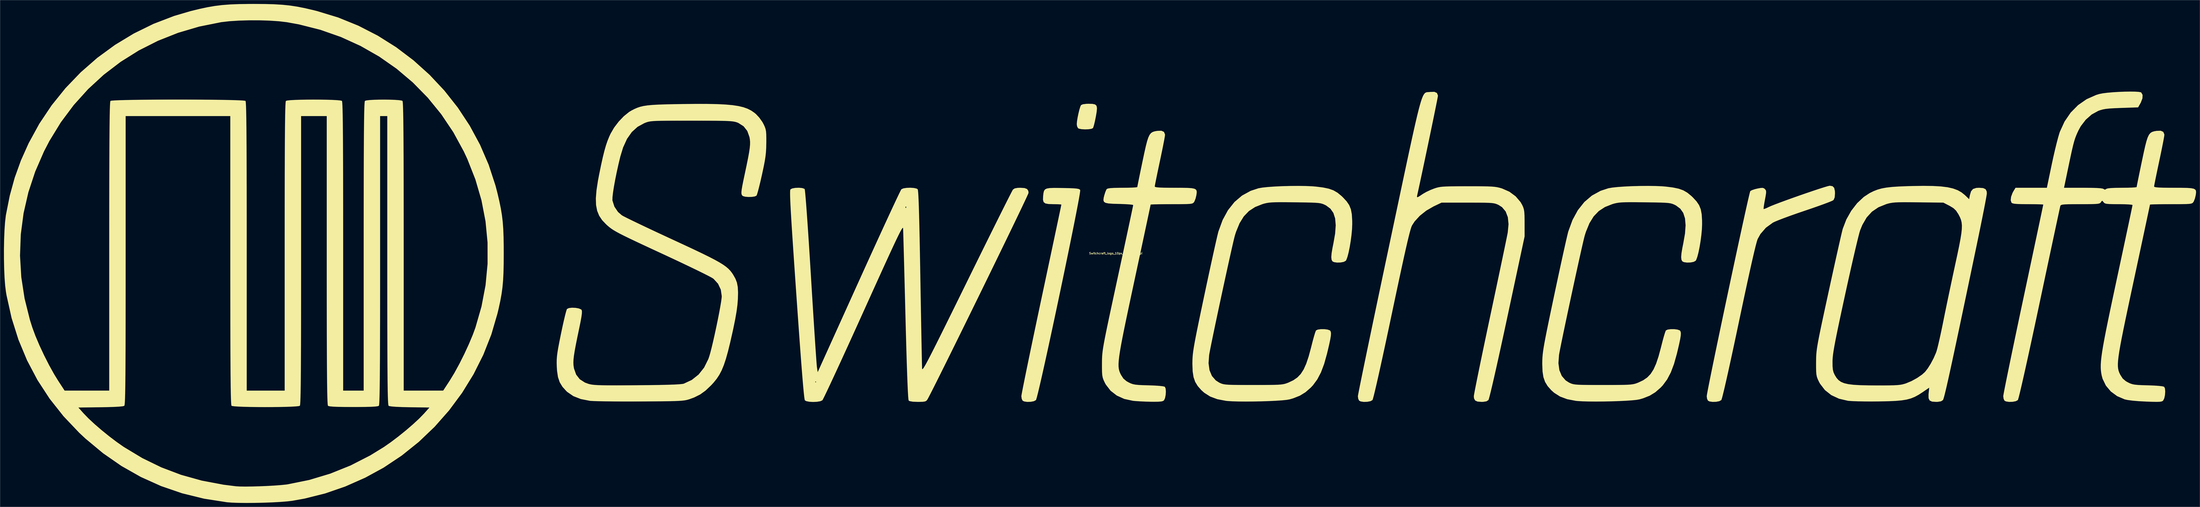
<source format=kicad_pcb>
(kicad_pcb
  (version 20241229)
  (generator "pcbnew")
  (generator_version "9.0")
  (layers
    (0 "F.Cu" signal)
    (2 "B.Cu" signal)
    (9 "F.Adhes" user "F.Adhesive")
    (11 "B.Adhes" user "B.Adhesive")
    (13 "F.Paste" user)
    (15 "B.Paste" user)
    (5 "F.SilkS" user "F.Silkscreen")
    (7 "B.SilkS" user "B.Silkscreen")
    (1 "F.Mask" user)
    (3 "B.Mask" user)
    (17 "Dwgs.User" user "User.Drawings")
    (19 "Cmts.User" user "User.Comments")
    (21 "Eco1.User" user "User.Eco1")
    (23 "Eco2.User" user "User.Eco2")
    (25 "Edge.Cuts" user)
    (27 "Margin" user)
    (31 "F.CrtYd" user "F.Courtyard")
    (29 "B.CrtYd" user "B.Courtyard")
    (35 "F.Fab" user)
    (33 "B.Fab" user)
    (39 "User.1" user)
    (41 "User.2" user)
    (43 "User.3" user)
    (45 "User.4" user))
  (footprint "Switchcraft_logo_10px_stroke_30dpi"
    (layer "F.Cu")
    (at 860.126 193.246)
    (property "Reference" "Switchcraft_logo_10px_stroke_30dpi" (at 0 0 0) (layer "F.SilkS") (effects (font (size 1.524 1.524) (thickness 0.3))))
    (attr through_hole)
    (fp_poly (pts (xy -18.01 -115.8) (xy -16.007 -115.372) (xy -14.89 -114.361) (xy -14.524 -112.521) (xy -14.775 -109.606) (xy -15.442 -105.72) (xy -16.132 -102.325) (xy -16.819 -99.475) (xy -17.404 -97.563) (xy -17.661 -97.036) (xy -18.903 -96.466) (xy -21.164 -96.138) (xy -23.891 -96.054) (xy -26.533 -96.217) (xy -28.539 -96.628) (xy -29.21 -96.996) (xy -29.929 -98.466) (xy -30.163 -100.119) (xy -29.981 -102.309) (xy -29.508 -105.24) (xy -28.848 -108.438) (xy -28.109 -111.43) (xy -27.395 -113.741) (xy -26.872 -114.836) (xy -25.452 -115.503) (xy -22.694 -115.848) (xy -21.034 -115.888) (xy -18.01 -115.8)) (stroke (width 0.01) (type solid)) (fill yes) (layer "F.SilkS"))
    (fp_poly (pts (xy -43.362 -50.659) (xy -41.049 -50.621) (xy -36.189 -50.517) (xy -32.681 -50.38) (xy -30.288 -50.182) (xy -28.775 -49.897) (xy -27.905 -49.498) (xy -27.508 -49.067) (xy -27.543 -48.107) (xy -27.893 -45.721) (xy -28.53 -42.036) (xy -29.428 -37.177) (xy -30.561 -31.269) (xy -31.902 -24.439) (xy -33.424 -16.811) (xy -35.103 -8.511) (xy -36.91 0.335) (xy -38.819 9.601) (xy -40.805 19.163) (xy -42.841 28.894) (xy -44.899 38.669) (xy -46.955 48.363) (xy -48.981 57.849) (xy -50.952 67.003) (xy -52.84 75.699) (xy -54.619 83.811) (xy -56.263 91.214) (xy -57.745 97.782) (xy -59.04 103.389) (xy -60.12 107.911) (xy -60.959 111.221) (xy -61.532 113.195) (xy -61.751 113.705) (xy -63.301 114.552) (xy -65.757 115.028) (xy -68.485 115.106) (xy -70.851 114.759) (xy -72.073 114.141) (xy -72.752 112.711) (xy -73.025 110.698) (xy -72.863 109.574) (xy -72.391 107.009) (xy -71.633 103.117) (xy -70.612 98.01) (xy -69.35 91.799) (xy -67.872 84.596) (xy -66.199 76.515) (xy -64.355 67.667) (xy -62.364 58.164) (xy -60.247 48.119) (xy -58.029 37.643) (xy -57.547 35.373) (xy -55.317 24.876) (xy -53.183 14.826) (xy -51.169 5.33) (xy -49.296 -3.503) (xy -47.588 -11.566) (xy -46.067 -18.751) (xy -44.757 -24.949) (xy -43.681 -30.053) (xy -42.86 -33.955) (xy -42.319 -36.547) (xy -42.079 -37.721) (xy -42.069 -37.781) (xy -42.799 -37.93) (xy -44.739 -38.042) (xy -47.508 -38.097) (xy -48.322 -38.1) (xy -52.062 -38.212) (xy -54.471 -38.681) (xy -55.798 -39.707) (xy -56.29 -41.491) (xy -56.197 -44.233) (xy -56.179 -44.428) (xy -55.926 -46.7) (xy -55.519 -48.359) (xy -54.736 -49.496) (xy -53.352 -50.204) (xy -51.144 -50.572) (xy -47.888 -50.694) (xy -43.362 -50.659)) (stroke (width 0.01) (type solid)) (fill yes) (layer "F.SilkS"))
    (fp_poly (pts (xy 554.547 -52.007) (xy 555.796 -50.706) (xy 556.352 -48.246) (xy 556.419 -46.399) (xy 556.183 -43.369) (xy 555.417 -41.528) (xy 555.03 -41.121) (xy 553.931 -40.561) (xy 551.534 -39.584) (xy 548.049 -38.268) (xy 543.689 -36.691) (xy 538.663 -34.93) (xy 533.183 -33.064) (xy 533.003 -33.003) (xy 527.339 -31.068) (xy 521.968 -29.169) (xy 517.136 -27.397) (xy 513.09 -25.846) (xy 510.075 -24.605) (xy 508.397 -23.804) (xy 502.969 -19.86) (xy 498.759 -14.99) (xy 496.607 -11.113) (xy 496.003 -9.319) (xy 495.103 -5.978) (xy 493.908 -1.101) (xy 492.421 5.299) (xy 490.645 13.211) (xy 488.583 22.623) (xy 486.237 33.524) (xy 483.61 45.902) (xy 482.161 52.784) (xy 479.865 63.671) (xy 477.723 73.713) (xy 475.753 82.829) (xy 473.976 90.934) (xy 472.41 97.944) (xy 471.073 103.776) (xy 469.984 108.346) (xy 469.163 111.57) (xy 468.628 113.365) (xy 468.47 113.705) (xy 466.922 114.552) (xy 464.467 115.028) (xy 461.74 115.106) (xy 459.374 114.759) (xy 458.152 114.141) (xy 457.463 112.703) (xy 457.194 110.768) (xy 457.354 109.57) (xy 457.82 106.97) (xy 458.564 103.095) (xy 459.559 98.072) (xy 460.779 92.027) (xy 462.197 85.088) (xy 463.785 77.382) (xy 465.517 69.035) (xy 467.366 60.174) (xy 469.305 50.926) (xy 471.307 41.418) (xy 473.346 31.777) (xy 475.394 22.13) (xy 477.424 12.603) (xy 479.41 3.324) (xy 481.324 -5.58) (xy 483.141 -13.984) (xy 484.832 -21.759) (xy 486.371 -28.779) (xy 487.731 -34.918) (xy 488.886 -40.048) (xy 489.808 -44.042) (xy 490.47 -46.773) (xy 490.845 -48.115) (xy 490.898 -48.228) (xy 492.133 -48.93) (xy 494.374 -49.695) (xy 496.334 -50.179) (xy 498.983 -50.668) (xy 500.588 -50.715) (xy 501.64 -50.287) (xy 502.211 -49.786) (xy 502.835 -49.035) (xy 503.131 -48.116) (xy 503.101 -46.665) (xy 502.745 -44.317) (xy 502.223 -41.533) (xy 501.662 -38.428) (xy 501.29 -35.972) (xy 501.16 -34.537) (xy 501.194 -34.323) (xy 502.008 -34.476) (xy 503.747 -35.202) (xy 504.947 -35.789) (xy 506.849 -36.641) (xy 509.898 -37.86) (xy 513.86 -39.366) (xy 518.503 -41.077) (xy 523.594 -42.91) (xy 528.899 -44.786) (xy 534.187 -46.622) (xy 539.223 -48.338) (xy 543.775 -49.851) (xy 547.609 -51.08) (xy 550.494 -51.944) (xy 552.196 -52.361) (xy 552.446 -52.388) (xy 554.547 -52.007)) (stroke (width 0.01) (type solid)) (fill yes) (layer "F.SilkS"))
    (fp_poly (pts (xy 37.276 -94.116) (xy 38.074 -92.239) (xy 38.1 -91.694) (xy 37.938 -90.438) (xy 37.485 -87.871) (xy 36.786 -84.234) (xy 35.889 -79.766) (xy 34.841 -74.707) (xy 34.131 -71.358) (xy 33.017 -66.107) (xy 32.024 -61.349) (xy 31.198 -57.31) (xy 30.585 -54.219) (xy 30.231 -52.304) (xy 30.163 -51.798) (xy 30.53 -51.436) (xy 31.741 -51.167) (xy 33.958 -50.979) (xy 37.341 -50.863) (xy 42.054 -50.808) (xy 45.543 -50.8) (xy 51.279 -50.787) (xy 55.611 -50.705) (xy 58.723 -50.492) (xy 60.798 -50.084) (xy 62.02 -49.42) (xy 62.573 -48.436) (xy 62.64 -47.069) (xy 62.404 -45.256) (xy 62.37 -45.041) (xy 61.749 -42.456) (xy 60.884 -40.265) (xy 60.663 -39.886) (xy 60.223 -39.285) (xy 59.651 -38.837) (xy 58.732 -38.519) (xy 57.246 -38.309) (xy 54.978 -38.184) (xy 51.709 -38.123) (xy 47.223 -38.102) (xy 43.241 -38.1) (xy 38.356 -38.085) (xy 34.058 -38.042) (xy 30.583 -37.976) (xy 28.165 -37.893) (xy 27.04 -37.796) (xy 26.988 -37.77) (xy 26.825 -36.959) (xy 26.356 -34.718) (xy 25.605 -31.168) (xy 24.599 -26.429) (xy 23.364 -20.623) (xy 21.924 -13.871) (xy 20.307 -6.295) (xy 18.538 1.984) (xy 16.642 10.845) (xy 14.646 20.166) (xy 14.602 20.373) (xy 12.094 32.095) (xy 9.908 42.373) (xy 8.028 51.315) (xy 6.439 59.029) (xy 5.126 65.622) (xy 4.072 71.202) (xy 3.264 75.876) (xy 2.684 79.751) (xy 2.319 82.937) (xy 2.153 85.539) (xy 2.169 87.666) (xy 2.353 89.425) (xy 2.69 90.924) (xy 3.164 92.271) (xy 3.759 93.572) (xy 4.053 94.153) (xy 5.903 97.02) (xy 8.296 99.055) (xy 9.929 99.981) (xy 11.616 100.786) (xy 13.26 101.356) (xy 15.195 101.741) (xy 17.756 101.992) (xy 21.279 102.157) (xy 25.376 102.27) (xy 30.087 102.441) (xy 33.902 102.7) (xy 36.595 103.026) (xy 37.943 103.398) (xy 37.986 103.429) (xy 38.577 104.756) (xy 38.775 107.036) (xy 38.613 109.694) (xy 38.129 112.154) (xy 37.357 113.842) (xy 37.346 113.855) (xy 36.576 114.416) (xy 35.196 114.774) (xy 32.923 114.959) (xy 29.474 115.005) (xy 27.486 114.989) (xy 23.2 114.885) (xy 18.848 114.689) (xy 15.064 114.433) (xy 13.316 114.263) (xy 6.617 112.816) (xy 0.8 110.182) (xy -4.008 106.443) (xy -7.684 101.678) (xy -8.501 100.157) (xy -9.416 98.198) (xy -10.034 96.47) (xy -10.413 94.595) (xy -10.607 92.193) (xy -10.67 88.887) (xy -10.665 85.328) (xy -10.65 83.337) (xy -10.612 81.496) (xy -10.526 79.68) (xy -10.37 77.762) (xy -10.122 75.618) (xy -9.757 73.122) (xy -9.255 70.149) (xy -8.59 66.574) (xy -7.741 62.272) (xy -6.685 57.117) (xy -5.399 50.984) (xy -3.86 43.748) (xy -2.044 35.283) (xy 0.07 25.464) (xy 1.44 19.112) (xy 3.417 9.933) (xy 5.294 1.206) (xy 7.043 -6.944) (xy 8.638 -14.394) (xy 10.052 -21.018) (xy 11.26 -26.694) (xy 12.234 -31.296) (xy 12.948 -34.7) (xy 13.375 -36.783) (xy 13.494 -37.421) (xy 12.748 -37.667) (xy 10.702 -37.902) (xy 7.645 -38.103) (xy 3.863 -38.248) (xy 2.665 -38.276) (xy -2.18 -38.41) (xy -5.629 -38.656) (xy -7.878 -39.129) (xy -9.118 -39.939) (xy -9.543 -41.199) (xy -9.345 -43.022) (xy -8.863 -44.981) (xy -8.1 -47.415) (xy -7.317 -49.274) (xy -7.005 -49.777) (xy -6.131 -50.218) (xy -4.248 -50.525) (xy -1.184 -50.713) (xy 3.23 -50.794) (xy 5.257 -50.8) (xy 9.307 -50.837) (xy 12.725 -50.937) (xy 15.23 -51.088) (xy 16.541 -51.275) (xy 16.669 -51.359) (xy 16.825 -52.258) (xy 17.264 -54.496) (xy 17.943 -57.856) (xy 18.816 -62.122) (xy 19.842 -67.079) (xy 20.742 -71.401) (xy 22.118 -77.906) (xy 23.266 -83.03) (xy 24.273 -86.947) (xy 25.223 -89.831) (xy 26.2 -91.858) (xy 27.29 -93.202) (xy 28.577 -94.038) (xy 30.146 -94.541) (xy 32.082 -94.885) (xy 32.139 -94.893) (xy 35.318 -94.99) (xy 37.276 -94.116)) (stroke (width 0.01) (type solid)) (fill yes) (layer "F.SilkS"))
    (fp_poly (pts (xy 248.462 -124.25) (xy 249.226 -122.363) (xy 249.238 -122.02) (xy 249.078 -121.016) (xy 248.626 -118.636) (xy 247.916 -115.057) (xy 246.986 -110.456) (xy 245.873 -105.009) (xy 244.613 -98.893) (xy 243.244 -92.285) (xy 241.801 -85.361) (xy 240.322 -78.3) (xy 238.844 -71.276) (xy 237.402 -64.468) (xy 236.035 -58.052) (xy 234.779 -52.204) (xy 233.67 -47.102) (xy 233.394 -45.845) (xy 233.064 -44.279) (xy 233.098 -43.514) (xy 233.74 -43.567) (xy 235.233 -44.453) (xy 237.735 -46.13) (xy 240.23 -47.557) (xy 243.456 -49.074) (xy 246.07 -50.112) (xy 247.704 -50.668) (xy 249.262 -51.1) (xy 250.968 -51.423) (xy 253.048 -51.653) (xy 255.727 -51.807) (xy 259.23 -51.9) (xy 263.783 -51.948) (xy 269.611 -51.968) (xy 272.256 -51.971) (xy 278.673 -51.969) (xy 283.733 -51.94) (xy 287.668 -51.867) (xy 290.709 -51.737) (xy 293.088 -51.534) (xy 295.036 -51.242) (xy 296.784 -50.846) (xy 298.563 -50.332) (xy 298.954 -50.21) (xy 304.552 -47.729) (xy 309.386 -44.151) (xy 313.152 -39.727) (xy 314.423 -37.513) (xy 315.206 -35.773) (xy 315.736 -34.056) (xy 316.061 -31.998) (xy 316.229 -29.234) (xy 316.289 -25.399) (xy 316.293 -23.416) (xy 316.296 -13.097) (xy 302.893 49.609) (xy 300.517 60.669) (xy 298.293 70.922) (xy 296.24 80.283) (xy 294.376 88.668) (xy 292.721 95.991) (xy 291.294 102.169) (xy 290.115 107.116) (xy 289.203 110.747) (xy 288.577 112.979) (xy 288.29 113.705) (xy 286.763 114.668) (xy 284.155 115.069) (xy 283.008 115.094) (xy 279.876 114.855) (xy 278.014 114.009) (xy 277.159 112.365) (xy 277.019 110.724) (xy 277.181 109.567) (xy 277.651 106.983) (xy 278.403 103.098) (xy 279.411 98.036) (xy 280.65 91.924) (xy 282.094 84.886) (xy 283.717 77.048) (xy 285.495 68.535) (xy 287.401 59.473) (xy 289.41 49.986) (xy 289.668 48.772) (xy 291.712 39.147) (xy 293.678 29.863) (xy 295.538 21.054) (xy 297.264 12.852) (xy 298.829 5.391) (xy 300.205 -1.194) (xy 301.362 -6.77) (xy 302.274 -11.204) (xy 302.913 -14.362) (xy 303.249 -16.109) (xy 303.261 -16.173) (xy 303.87 -22.589) (xy 303.325 -28.026) (xy 301.642 -32.439) (xy 298.834 -35.783) (xy 296.294 -37.421) (xy 295.076 -37.994) (xy 293.892 -38.435) (xy 292.524 -38.764) (xy 290.755 -38.995) (xy 288.368 -39.146) (xy 285.146 -39.235) (xy 280.871 -39.277) (xy 275.327 -39.29) (xy 272.256 -39.291) (xy 252.016 -39.291) (xy 245.852 -36.347) (xy 240.24 -33.105) (xy 235.245 -29.129) (xy 231.227 -24.737) (xy 229.217 -21.638) (xy 228.764 -20.586) (xy 228.202 -18.886) (xy 227.514 -16.452) (xy 226.679 -13.199) (xy 225.677 -9.041) (xy 224.49 -3.893) (xy 223.096 2.332) (xy 221.478 9.718) (xy 219.615 18.353) (xy 217.487 28.32) (xy 215.076 39.707) (xy 213.49 47.228) (xy 211.079 58.631) (xy 208.825 69.189) (xy 206.746 78.823) (xy 204.86 87.454) (xy 203.184 95.002) (xy 201.736 101.387) (xy 200.534 106.53) (xy 199.596 110.352) (xy 198.94 112.774) (xy 198.594 113.705) (xy 197.047 114.552) (xy 194.592 115.028) (xy 191.865 115.106) (xy 189.499 114.759) (xy 188.278 114.141) (xy 187.587 112.703) (xy 187.318 110.768) (xy 187.479 109.723) (xy 187.953 107.213) (xy 188.72 103.326) (xy 189.763 98.15) (xy 191.063 91.773) (xy 192.603 84.283) (xy 194.364 75.768) (xy 196.327 66.316) (xy 198.475 56.015) (xy 200.789 44.952) (xy 203.251 33.216) (xy 205.843 20.894) (xy 208.547 8.075) (xy 211.344 -5.153) (xy 211.597 -6.35) (xy 214.947 -22.183) (xy 217.982 -36.537) (xy 220.72 -49.484) (xy 223.183 -61.098) (xy 225.387 -71.451) (xy 227.354 -80.616) (xy 229.103 -88.664) (xy 230.653 -95.67) (xy 232.023 -101.706) (xy 233.232 -106.845) (xy 234.301 -111.158) (xy 235.249 -114.719) (xy 236.095 -117.601) (xy 236.858 -119.876) (xy 237.557 -121.618) (xy 238.213 -122.898) (xy 238.845 -123.789) (xy 239.472 -124.364) (xy 240.113 -124.696) (xy 240.787 -124.858) (xy 241.515 -124.921) (xy 242.316 -124.96) (xy 243.209 -125.046) (xy 243.277 -125.056) (xy 246.486 -125.144) (xy 248.462 -124.25)) (stroke (width 0.01) (type solid)) (fill yes) (layer "F.SilkS"))
    (fp_poly (pts (xy 147.008 -52.169) (xy 152.031 -51.948) (xy 154.788 -51.724) (xy 160.425 -51.011) (xy 164.849 -50.083) (xy 168.431 -48.791) (xy 171.544 -46.983) (xy 174.559 -44.512) (xy 175.867 -43.259) (xy 178.651 -40.236) (xy 180.621 -37.316) (xy 181.903 -34.127) (xy 182.626 -30.295) (xy 182.918 -25.449) (xy 182.943 -22.622) (xy 182.786 -18.664) (xy 182.369 -14.162) (xy 181.748 -9.442) (xy 180.981 -4.831) (xy 180.126 -0.655) (xy 179.239 2.76) (xy 178.379 5.086) (xy 177.963 5.755) (xy 176.412 6.602) (xy 173.955 7.078) (xy 171.227 7.156) (xy 168.861 6.809) (xy 167.64 6.191) (xy 166.975 4.981) (xy 166.751 2.984) (xy 166.978 -0.001) (xy 167.668 -4.17) (xy 168.37 -7.613) (xy 169.715 -15.298) (xy 170.174 -21.747) (xy 169.728 -27.054) (xy 168.358 -31.314) (xy 166.044 -34.621) (xy 162.768 -37.068) (xy 162.347 -37.289) (xy 161.077 -37.909) (xy 159.865 -38.389) (xy 158.491 -38.749) (xy 156.731 -39.012) (xy 154.364 -39.198) (xy 151.169 -39.328) (xy 146.924 -39.423) (xy 141.406 -39.505) (xy 138.646 -39.54) (xy 132.408 -39.609) (xy 127.519 -39.63) (xy 123.737 -39.589) (xy 120.823 -39.475) (xy 118.539 -39.274) (xy 116.644 -38.973) (xy 114.898 -38.559) (xy 113.576 -38.176) (xy 107.809 -35.892) (xy 103.016 -32.764) (xy 99.056 -28.63) (xy 95.788 -23.33) (xy 93.071 -16.702) (xy 92.173 -13.871) (xy 91.688 -12.013) (xy 90.919 -8.784) (xy 89.906 -4.369) (xy 88.688 1.05) (xy 87.304 7.289) (xy 85.795 14.164) (xy 84.199 21.492) (xy 82.556 29.089) (xy 80.905 36.772) (xy 79.286 44.357) (xy 77.739 51.661) (xy 76.303 58.499) (xy 75.017 64.689) (xy 73.921 70.047) (xy 73.055 74.388) (xy 72.457 77.531) (xy 72.23 78.852) (xy 71.788 85.126) (xy 72.52 90.544) (xy 74.393 95.015) (xy 77.373 98.449) (xy 79.985 100.131) (xy 81.125 100.674) (xy 82.235 101.1) (xy 83.517 101.423) (xy 85.173 101.658) (xy 87.403 101.818) (xy 90.409 101.917) (xy 94.391 101.971) (xy 99.551 101.993) (xy 106.09 101.997) (xy 106.362 101.997) (xy 112.97 101.992) (xy 118.199 101.969) (xy 122.258 101.913) (xy 125.356 101.81) (xy 127.702 101.645) (xy 129.504 101.404) (xy 130.972 101.072) (xy 132.314 100.636) (xy 133.652 100.115) (xy 137.375 98.349) (xy 140.484 96.202) (xy 143.102 93.479) (xy 145.352 89.983) (xy 147.357 85.519) (xy 149.241 79.889) (xy 151.126 72.899) (xy 151.367 71.924) (xy 152.402 67.861) (xy 153.378 64.314) (xy 154.206 61.587) (xy 154.797 59.986) (xy 154.939 59.738) (xy 156.305 59.079) (xy 158.638 58.755) (xy 161.356 58.754) (xy 163.874 59.068) (xy 165.612 59.685) (xy 165.897 59.932) (xy 166.338 60.75) (xy 166.518 61.984) (xy 166.407 63.839) (xy 165.978 66.521) (xy 165.201 70.235) (xy 164.049 75.186) (xy 163.421 77.787) (xy 161.219 85.696) (xy 158.751 92.251) (xy 155.909 97.676) (xy 152.586 102.197) (xy 150.895 104.006) (xy 146.77 107.615) (xy 142.432 110.281) (xy 137.327 112.311) (xy 134.541 113.125) (xy 132.169 113.54) (xy 128.496 113.909) (xy 123.807 114.226) (xy 118.388 114.484) (xy 112.524 114.677) (xy 106.501 114.798) (xy 100.605 114.839) (xy 95.12 114.795) (xy 90.333 114.659) (xy 86.528 114.423) (xy 85.247 114.287) (xy 78.575 113.009) (xy 73.067 110.956) (xy 68.439 108.007) (xy 66.226 106.017) (xy 63.439 102.861) (xy 61.465 99.622) (xy 60.19 95.95) (xy 59.503 91.499) (xy 59.291 85.92) (xy 59.297 84.534) (xy 59.338 82.529) (xy 59.44 80.517) (xy 59.628 78.354) (xy 59.929 75.892) (xy 60.367 72.988) (xy 60.97 69.494) (xy 61.763 65.265) (xy 62.772 60.154) (xy 64.022 54.017) (xy 65.54 46.707) (xy 67.352 38.079) (xy 68.588 32.221) (xy 70.346 23.938) (xy 72.053 15.967) (xy 73.674 8.473) (xy 75.172 1.619) (xy 76.51 -4.43) (xy 77.654 -9.512) (xy 78.566 -13.461) (xy 79.211 -16.115) (xy 79.446 -16.992) (xy 82.684 -25.847) (xy 86.82 -33.443) (xy 91.832 -39.756) (xy 97.697 -44.761) (xy 104.391 -48.433) (xy 110.405 -50.413) (xy 113.496 -50.95) (xy 117.846 -51.408) (xy 123.127 -51.777) (xy 129.011 -52.047) (xy 135.171 -52.209) (xy 141.279 -52.253) (xy 147.008 -52.169)) (stroke (width 0.01) (type solid)) (fill yes) (layer "F.SilkS"))
    (fp_poly (pts (xy 417.677 -52.169) (xy 422.7 -51.948) (xy 425.456 -51.724) (xy 431.094 -51.011) (xy 435.517 -50.083) (xy 439.099 -48.791) (xy 442.212 -46.983) (xy 445.228 -44.512) (xy 446.536 -43.259) (xy 449.32 -40.236) (xy 451.289 -37.316) (xy 452.572 -34.127) (xy 453.295 -30.295) (xy 453.587 -25.449) (xy 453.612 -22.622) (xy 453.455 -18.664) (xy 453.037 -14.162) (xy 452.417 -9.442) (xy 451.65 -4.831) (xy 450.795 -0.655) (xy 449.908 2.76) (xy 449.047 5.086) (xy 448.632 5.755) (xy 447.081 6.602) (xy 444.624 7.078) (xy 441.896 7.156) (xy 439.53 6.809) (xy 438.309 6.191) (xy 437.643 4.981) (xy 437.419 2.984) (xy 437.647 -0.001) (xy 438.337 -4.17) (xy 439.038 -7.613) (xy 440.384 -15.298) (xy 440.843 -21.747) (xy 440.397 -27.054) (xy 439.027 -31.314) (xy 436.713 -34.621) (xy 433.437 -37.068) (xy 433.015 -37.289) (xy 431.746 -37.909) (xy 430.534 -38.389) (xy 429.16 -38.749) (xy 427.4 -39.012) (xy 425.033 -39.198) (xy 421.838 -39.328) (xy 417.592 -39.423) (xy 412.074 -39.505) (xy 409.315 -39.54) (xy 403.077 -39.609) (xy 398.187 -39.63) (xy 394.405 -39.589) (xy 391.492 -39.475) (xy 389.208 -39.274) (xy 387.312 -38.973) (xy 385.567 -38.559) (xy 384.244 -38.176) (xy 378.477 -35.892) (xy 373.685 -32.764) (xy 369.725 -28.63) (xy 366.457 -23.33) (xy 363.74 -16.702) (xy 362.842 -13.871) (xy 362.357 -12.013) (xy 361.588 -8.784) (xy 360.575 -4.369) (xy 359.357 1.05) (xy 357.973 7.289) (xy 356.463 14.164) (xy 354.867 21.492) (xy 353.224 29.089) (xy 351.574 36.772) (xy 349.955 44.357) (xy 348.408 51.661) (xy 346.972 58.499) (xy 345.686 64.689) (xy 344.59 70.047) (xy 343.724 74.388) (xy 343.126 77.531) (xy 342.899 78.852) (xy 342.457 85.126) (xy 343.189 90.544) (xy 345.061 95.015) (xy 348.042 98.449) (xy 350.654 100.131) (xy 351.793 100.674) (xy 352.904 101.1) (xy 354.186 101.423) (xy 355.842 101.658) (xy 358.072 101.818) (xy 361.077 101.917) (xy 365.06 101.971) (xy 370.22 101.993) (xy 376.758 101.997) (xy 377.031 101.997) (xy 383.639 101.992) (xy 388.868 101.969) (xy 392.927 101.913) (xy 396.025 101.81) (xy 398.371 101.645) (xy 400.173 101.404) (xy 401.641 101.072) (xy 402.983 100.636) (xy 404.321 100.115) (xy 408.044 98.349) (xy 411.153 96.202) (xy 413.771 93.479) (xy 416.021 89.983) (xy 418.026 85.519) (xy 419.909 79.889) (xy 421.795 72.899) (xy 422.036 71.924) (xy 423.07 67.861) (xy 424.046 64.314) (xy 424.875 61.587) (xy 425.465 59.986) (xy 425.608 59.738) (xy 426.974 59.079) (xy 429.307 58.755) (xy 432.024 58.754) (xy 434.543 59.068) (xy 436.281 59.685) (xy 436.566 59.932) (xy 437.007 60.75) (xy 437.187 61.984) (xy 437.076 63.839) (xy 436.646 66.521) (xy 435.87 70.235) (xy 434.718 75.186) (xy 434.09 77.787) (xy 431.888 85.696) (xy 429.419 92.251) (xy 426.578 97.676) (xy 423.255 102.197) (xy 421.563 104.006) (xy 417.439 107.615) (xy 413.101 110.281) (xy 407.996 112.311) (xy 405.209 113.125) (xy 402.838 113.54) (xy 399.165 113.909) (xy 394.476 114.226) (xy 389.057 114.484) (xy 383.193 114.677) (xy 377.17 114.798) (xy 371.273 114.839) (xy 365.789 114.795) (xy 361.001 114.659) (xy 357.197 114.423) (xy 355.916 114.287) (xy 349.244 113.009) (xy 343.736 110.956) (xy 339.108 108.007) (xy 336.894 106.017) (xy 334.108 102.861) (xy 332.134 99.622) (xy 330.859 95.95) (xy 330.172 91.499) (xy 329.96 85.92) (xy 329.965 84.534) (xy 330.007 82.529) (xy 330.109 80.517) (xy 330.297 78.354) (xy 330.597 75.892) (xy 331.036 72.988) (xy 331.639 69.494) (xy 332.432 65.265) (xy 333.44 60.154) (xy 334.691 54.017) (xy 336.209 46.707) (xy 338.02 38.079) (xy 339.256 32.221) (xy 341.015 23.938) (xy 342.722 15.967) (xy 344.343 8.473) (xy 345.84 1.619) (xy 347.179 -4.43) (xy 348.323 -9.512) (xy 349.235 -13.461) (xy 349.879 -16.115) (xy 350.115 -16.992) (xy 353.353 -25.847) (xy 357.489 -33.443) (xy 362.501 -39.756) (xy 368.366 -44.761) (xy 375.06 -48.433) (xy 381.074 -50.413) (xy 384.165 -50.95) (xy 388.515 -51.408) (xy 393.795 -51.777) (xy 399.679 -52.047) (xy 405.839 -52.209) (xy 411.948 -52.253) (xy 417.677 -52.169)) (stroke (width 0.01) (type solid)) (fill yes) (layer "F.SilkS"))
    (fp_poly (pts (xy 632.225 -52.19) (xy 638.426 -51.835) (xy 643.567 -51.19) (xy 647.82 -50.223) (xy 651.356 -48.904) (xy 654.347 -47.203) (xy 656.965 -45.087) (xy 657.323 -44.744) (xy 660.2 -41.942) (xy 660.764 -44.982) (xy 661.673 -48.052) (xy 663.212 -49.863) (xy 665.706 -50.678) (xy 667.905 -50.8) (xy 671.039 -50.56) (xy 672.904 -49.713) (xy 673.759 -48.071) (xy 673.897 -46.474) (xy 673.738 -45.217) (xy 673.284 -42.574) (xy 672.565 -38.71) (xy 671.615 -33.793) (xy 670.466 -27.987) (xy 669.151 -21.461) (xy 667.702 -14.379) (xy 666.366 -7.938) (xy 662.906 8.636) (xy 659.753 23.717) (xy 656.891 37.369) (xy 654.308 49.655) (xy 651.99 60.639) (xy 649.923 70.382) (xy 648.093 78.949) (xy 646.487 86.402) (xy 645.091 92.804) (xy 643.891 98.219) (xy 642.874 102.709) (xy 642.026 106.337) (xy 641.333 109.167) (xy 640.781 111.261) (xy 640.357 112.683) (xy 640.047 113.495) (xy 639.92 113.705) (xy 638.426 114.657) (xy 635.875 115.063) (xy 634.577 115.094) (xy 631.494 114.873) (xy 629.654 114.028) (xy 628.828 112.29) (xy 628.784 109.385) (xy 628.875 108.38) (xy 629.319 104.077) (xy 624.216 107.571) (xy 621.102 109.592) (xy 618.172 111.185) (xy 615.174 112.404) (xy 611.856 113.302) (xy 607.964 113.931) (xy 603.249 114.346) (xy 597.456 114.599) (xy 590.335 114.743) (xy 590.153 114.745) (xy 584.542 114.784) (xy 579.116 114.753) (xy 574.194 114.661) (xy 570.096 114.515) (xy 567.142 114.32) (xy 566.382 114.234) (xy 559.493 112.621) (xy 553.536 109.832) (xy 548.614 105.936) (xy 544.83 101.001) (xy 543.941 99.346) (xy 543.03 97.394) (xy 542.413 95.671) (xy 542.037 93.798) (xy 541.846 91.398) (xy 541.785 88.092) (xy 541.793 84.534) (xy 541.8 83.741) (xy 554.503 83.741) (xy 554.539 87.513) (xy 554.784 90.191) (xy 555.317 92.262) (xy 556.175 94.137) (xy 557.528 96.367) (xy 559.072 98.157) (xy 560.988 99.553) (xy 563.457 100.605) (xy 566.664 101.358) (xy 570.789 101.861) (xy 576.015 102.161) (xy 582.524 102.307) (xy 587.598 102.341) (xy 593.69 102.347) (xy 598.438 102.315) (xy 602.084 102.229) (xy 604.873 102.074) (xy 607.046 101.831) (xy 608.847 101.486) (xy 610.519 101.022) (xy 611.368 100.745) (xy 615.617 98.976) (xy 619.926 96.61) (xy 623.723 93.992) (xy 626.038 91.915) (xy 628.207 89.129) (xy 630.546 85.375) (xy 632.75 81.199) (xy 634.515 77.149) (xy 634.959 75.903) (xy 635.583 73.702) (xy 636.435 70.24) (xy 637.449 65.818) (xy 638.555 60.735) (xy 639.687 55.289) (xy 640.189 52.784) (xy 641.317 47.18) (xy 642.705 40.423) (xy 644.268 32.91) (xy 645.925 25.038) (xy 647.591 17.203) (xy 649.184 9.804) (xy 649.416 8.731) (xy 651.114 0.848) (xy 652.463 -5.667) (xy 653.476 -10.993) (xy 654.163 -15.308) (xy 654.536 -18.791) (xy 654.606 -21.62) (xy 654.383 -23.975) (xy 653.88 -26.033) (xy 653.107 -27.973) (xy 652.075 -29.974) (xy 651.857 -30.364) (xy 650.088 -33.072) (xy 648.067 -35.012) (xy 645.181 -36.761) (xy 644.896 -36.909) (xy 640.279 -39.291) (xy 620.848 -39.529) (xy 614.653 -39.595) (xy 609.804 -39.611) (xy 606.057 -39.565) (xy 603.171 -39.443) (xy 600.904 -39.232) (xy 599.014 -38.92) (xy 597.258 -38.491) (xy 596.172 -38.174) (xy 590.053 -35.709) (xy 585.012 -32.29) (xy 580.899 -27.766) (xy 577.565 -21.989) (xy 575.877 -17.859) (xy 575.336 -16.052) (xy 574.502 -12.854) (xy 573.413 -8.425) (xy 572.105 -2.927) (xy 570.618 3.479) (xy 568.987 10.631) (xy 567.251 18.369) (xy 565.447 26.531) (xy 564.222 32.147) (xy 562.102 41.943) (xy 560.305 50.326) (xy 558.807 57.428) (xy 557.581 63.387) (xy 556.602 68.335) (xy 555.846 72.408) (xy 555.285 75.741) (xy 554.896 78.468) (xy 554.653 80.723) (xy 554.53 82.642) (xy 554.503 83.741) (xy 541.8 83.741) (xy 541.813 82.309) (xy 541.864 80.268) (xy 541.971 78.265) (xy 542.16 76.154) (xy 542.458 73.787) (xy 542.89 71.018) (xy 543.483 67.701) (xy 544.262 63.688) (xy 545.254 58.833) (xy 546.484 52.989) (xy 547.978 46.01) (xy 549.762 37.749) (xy 551.493 29.766) (xy 553.301 21.457) (xy 555.045 13.501) (xy 556.688 6.054) (xy 558.197 -0.73) (xy 559.536 -6.693) (xy 560.671 -11.68) (xy 561.566 -15.536) (xy 562.186 -18.104) (xy 562.437 -19.05) (xy 565.212 -26.27) (xy 568.987 -32.968) (xy 573.554 -38.87) (xy 578.706 -43.7) (xy 583.265 -46.692) (xy 586.277 -48.178) (xy 589.268 -49.355) (xy 592.49 -50.265) (xy 596.193 -50.948) (xy 600.625 -51.448) (xy 606.037 -51.805) (xy 612.68 -52.061) (xy 615.955 -52.151) (xy 624.792 -52.285) (xy 632.225 -52.19)) (stroke (width 0.01) (type solid)) (fill yes) (layer "F.SilkS"))
    (fp_poly (pts (xy -156.086 -50.635) (xy -153.988 -50.144) (xy -153.245 -49.671) (xy -153.057 -48.972) (xy -152.873 -47.293) (xy -152.692 -44.571) (xy -152.512 -40.746) (xy -152.331 -35.753) (xy -152.146 -29.531) (xy -151.956 -22.018) (xy -151.76 -13.152) (xy -151.554 -2.869) (xy -151.338 8.891) (xy -151.167 18.79) (xy -150.991 29.064) (xy -150.819 38.933) (xy -150.652 48.275) (xy -150.494 56.968) (xy -150.347 64.888) (xy -150.212 71.914) (xy -150.093 77.921) (xy -149.991 82.789) (xy -149.909 86.394) (xy -149.85 88.613) (xy -149.824 89.253) (xy -149.736 89.661) (xy -149.518 89.734) (xy -149.129 89.396) (xy -148.529 88.571) (xy -147.68 87.182) (xy -146.542 85.152) (xy -145.076 82.404) (xy -143.24 78.863) (xy -140.997 74.451) (xy -138.306 69.093) (xy -135.129 62.71) (xy -131.424 55.227) (xy -127.154 46.568) (xy -122.277 36.655) (xy -116.755 25.412) (xy -115.17 22.182) (xy -110.303 12.274) (xy -105.616 2.754) (xy -101.16 -6.278) (xy -96.984 -14.723) (xy -93.136 -22.484) (xy -89.665 -29.461) (xy -86.622 -35.555) (xy -84.054 -40.668) (xy -82.012 -44.701) (xy -80.544 -47.555) (xy -79.7 -49.132) (xy -79.527 -49.411) (xy -78.18 -50.311) (xy -75.891 -50.735) (xy -73.854 -50.8) (xy -70.569 -50.58) (xy -68.577 -49.818) (xy -67.635 -48.364) (xy -67.468 -46.871) (xy -67.81 -45.979) (xy -68.801 -43.775) (xy -70.387 -40.37) (xy -72.513 -35.876) (xy -75.125 -30.404) (xy -78.168 -24.065) (xy -81.588 -16.97) (xy -85.331 -9.231) (xy -89.342 -0.959) (xy -93.567 7.735) (xy -97.951 16.739) (xy -102.44 25.943) (xy -106.981 35.235) (xy -111.517 44.504) (xy -115.995 53.638) (xy -120.361 62.526) (xy -124.561 71.058) (xy -128.539 79.121) (xy -132.241 86.604) (xy -135.614 93.396) (xy -138.602 99.387) (xy -141.152 104.464) (xy -143.209 108.516) (xy -144.718 111.433) (xy -145.625 113.102) (xy -145.749 113.308) (xy -146.482 114.215) (xy -147.518 114.751) (xy -149.248 115.011) (xy -152.063 115.091) (xy -153.115 115.094) (xy -157.051 114.946) (xy -159.465 114.505) (xy -160.203 114.066) (xy -160.399 113.05) (xy -160.616 110.459) (xy -160.853 106.306) (xy -161.11 100.603) (xy -161.385 93.363) (xy -161.68 84.597) (xy -161.992 74.319) (xy -162.322 62.541) (xy -162.67 49.276) (xy -162.692 48.383) (xy -162.948 38.318) (xy -163.197 28.657) (xy -163.434 19.527) (xy -163.656 11.053) (xy -163.861 3.36) (xy -164.045 -3.427) (xy -164.204 -9.182) (xy -164.335 -13.78) (xy -164.434 -17.096) (xy -164.499 -19.005) (xy -164.516 -19.363) (xy -164.616 -19.739) (xy -164.872 -19.699) (xy -165.321 -19.164) (xy -166.001 -18.056) (xy -166.948 -16.298) (xy -168.198 -13.812) (xy -169.79 -10.52) (xy -171.76 -6.346) (xy -174.145 -1.21) (xy -176.981 4.964) (xy -180.306 12.255) (xy -184.157 20.739) (xy -188.571 30.495) (xy -193.584 41.601) (xy -195.158 45.091) (xy -199.58 54.879) (xy -203.837 64.267) (xy -207.883 73.152) (xy -211.669 81.432) (xy -215.149 89.004) (xy -218.274 95.765) (xy -220.997 101.612) (xy -223.271 106.441) (xy -225.047 110.152) (xy -226.279 112.639) (xy -226.918 113.801) (xy -226.971 113.865) (xy -228.586 114.591) (xy -231.157 115.021) (xy -234.164 115.155) (xy -237.086 114.99) (xy -239.406 114.525) (xy -240.506 113.903) (xy -240.732 113.04) (xy -241.029 110.89) (xy -241.401 107.422) (xy -241.849 102.606) (xy -242.103 99.616) (xy -232.569 99.616) (xy -232.172 100.013) (xy -231.775 99.616) (xy -232.172 99.219) (xy -232.569 99.616) (xy -242.103 99.616) (xy -242.376 96.412) (xy -242.985 88.809) (xy -243.677 79.766) (xy -244.456 69.254) (xy -245.324 57.242) (xy -246.283 43.698) (xy -247.087 32.19) (xy -248.015 18.775) (xy -248.833 6.859) (xy -249.543 -3.641) (xy -250.152 -12.809) (xy -250.663 -20.727) (xy -251.081 -27.479) (xy -251.412 -33.15) (xy -251.659 -37.822) (xy -251.828 -41.58) (xy -251.922 -44.506) (xy -251.947 -46.684) (xy -251.908 -48.198) (xy -251.809 -49.131) (xy -251.655 -49.566) (xy -250.26 -50.291) (xy -247.911 -50.715) (xy -245.189 -50.824) (xy -242.676 -50.605) (xy -240.953 -50.045) (xy -240.675 -49.808) (xy -240.495 -48.867) (xy -240.232 -46.442) (xy -239.894 -42.636) (xy -239.488 -37.549) (xy -239.021 -31.284) (xy -238.501 -23.941) (xy -237.934 -15.623) (xy -237.329 -6.43) (xy -236.693 3.535) (xy -236.032 14.171) (xy -235.807 17.859) (xy -235.182 28.093) (xy -234.572 37.936) (xy -233.986 47.264) (xy -233.432 55.953) (xy -232.918 63.877) (xy -232.453 70.914) (xy -232.045 76.937) (xy -231.701 81.822) (xy -231.431 85.446) (xy -231.241 87.683) (xy -231.171 88.303) (xy -230.584 92.071) (xy -198.834 21.779) (xy -194.318 11.796) (xy -189.968 2.213) (xy -185.831 -6.87) (xy -181.953 -15.351) (xy -178.38 -23.132) (xy -175.16 -30.11) (xy -172.556 -35.719) (xy -162.719 -35.719) (xy -162.428 -35.065) (xy -162.19 -35.19) (xy -162.095 -36.132) (xy -162.19 -36.248) (xy -162.661 -36.139) (xy -162.719 -35.719) (xy -172.556 -35.719) (xy -172.339 -36.186) (xy -169.962 -41.259) (xy -168.077 -45.229) (xy -166.73 -47.994) (xy -165.968 -49.455) (xy -165.831 -49.657) (xy -164.269 -50.342) (xy -161.766 -50.733) (xy -158.858 -50.831) (xy -156.086 -50.635)) (stroke (width 0.01) (type solid)) (fill yes) (layer "F.SilkS"))
    (fp_poly (pts (xy -316.049 -115.777) (xy -308.419 -115.624) (xy -301.95 -115.31) (xy -296.501 -114.817) (xy -291.933 -114.125) (xy -288.105 -113.214) (xy -284.874 -112.067) (xy -282.102 -110.662) (xy -279.646 -108.982) (xy -278.336 -107.895) (xy -275.786 -105.168) (xy -273.424 -101.844) (xy -272.499 -100.183) (xy -271.564 -98.177) (xy -270.938 -96.418) (xy -270.563 -94.514) (xy -270.381 -92.071) (xy -270.333 -88.697) (xy -270.347 -85.725) (xy -270.422 -81.848) (xy -270.615 -78.407) (xy -270.981 -75.01) (xy -271.572 -71.268) (xy -272.442 -66.791) (xy -273.642 -61.189) (xy -273.729 -60.793) (xy -274.802 -56.068) (xy -275.824 -51.842) (xy -276.725 -48.373) (xy -277.439 -45.921) (xy -277.898 -44.746) (xy -277.918 -44.719) (xy -279.237 -44.092) (xy -281.536 -43.741) (xy -284.234 -43.672) (xy -286.746 -43.891) (xy -288.489 -44.405) (xy -288.766 -44.609) (xy -289.261 -45.242) (xy -289.546 -46.105) (xy -289.598 -47.413) (xy -289.394 -49.385) (xy -288.911 -52.237) (xy -288.126 -56.187) (xy -287.015 -61.452) (xy -286.919 -61.903) (xy -285.504 -68.602) (xy -284.423 -73.971) (xy -283.649 -78.228) (xy -283.155 -81.589) (xy -282.914 -84.27) (xy -282.898 -86.487) (xy -283.08 -88.458) (xy -283.376 -90.125) (xy -285.055 -94.818) (xy -287.919 -98.458) (xy -291.958 -101.031) (xy -292.732 -101.35) (xy -293.793 -101.714) (xy -295.012 -102.012) (xy -296.552 -102.249) (xy -298.576 -102.434) (xy -301.246 -102.571) (xy -304.723 -102.669) (xy -309.171 -102.733) (xy -314.75 -102.77) (xy -321.625 -102.787) (xy -328.216 -102.791) (xy -336.148 -102.789) (xy -342.658 -102.778) (xy -347.915 -102.75) (xy -352.083 -102.695) (xy -355.33 -102.605) (xy -357.823 -102.472) (xy -359.726 -102.286) (xy -361.208 -102.04) (xy -362.435 -101.723) (xy -363.572 -101.329) (xy -364.664 -100.898) (xy -369.926 -98.038) (xy -374.392 -93.987) (xy -378.113 -88.672) (xy -381.142 -82.021) (xy -383.275 -75.009) (xy -384.752 -68.85) (xy -386.101 -62.732) (xy -387.278 -56.897) (xy -388.24 -51.585) (xy -388.944 -47.039) (xy -389.346 -43.5) (xy -389.404 -41.209) (xy -389.371 -40.927) (xy -387.862 -36.183) (xy -385.087 -32.063) (xy -382.067 -29.452) (xy -380.684 -28.679) (xy -378.013 -27.32) (xy -374.209 -25.449) (xy -369.427 -23.142) (xy -363.823 -20.471) (xy -357.552 -17.512) (xy -350.769 -14.339) (xy -343.63 -11.026) (xy -343.041 -10.755) (xy -334.056 -6.591) (xy -326.398 -3.003) (xy -319.944 0.082) (xy -314.57 2.734) (xy -310.155 5.024) (xy -306.574 7.025) (xy -303.705 8.807) (xy -301.426 10.441) (xy -299.612 11.999) (xy -298.141 13.553) (xy -296.89 15.173) (xy -296 16.509) (xy -294.236 19.632) (xy -293.069 22.69) (xy -292.418 26.095) (xy -292.202 30.258) (xy -292.329 35.322) (xy -292.677 39.869) (xy -293.35 45.009) (xy -294.392 51.019) (xy -295.847 58.18) (xy -296.399 60.722) (xy -298.284 69.056) (xy -299.996 76.021) (xy -301.614 81.814) (xy -303.219 86.633) (xy -304.888 90.675) (xy -306.702 94.139) (xy -308.739 97.222) (xy -311.078 100.121) (xy -313.033 102.247) (xy -317.327 106.327) (xy -321.493 109.339) (xy -326.094 111.642) (xy -329.633 112.947) (xy -330.926 113.35) (xy -332.259 113.683) (xy -333.796 113.954) (xy -335.7 114.169) (xy -338.134 114.338) (xy -341.263 114.467) (xy -345.251 114.565) (xy -350.261 114.64) (xy -356.456 114.699) (xy -364.002 114.75) (xy -367.903 114.772) (xy -375.272 114.796) (xy -382.349 114.787) (xy -388.934 114.746) (xy -394.821 114.677) (xy -399.809 114.582) (xy -403.694 114.463) (xy -406.273 114.324) (xy -406.878 114.266) (xy -413.839 112.902) (xy -419.591 110.645) (xy -424.275 107.437) (xy -425.085 106.687) (xy -428.086 103.347) (xy -430.175 99.883) (xy -431.506 95.895) (xy -432.235 90.982) (xy -432.436 87.709) (xy -432.511 84.922) (xy -432.47 82.349) (xy -432.277 79.699) (xy -431.893 76.684) (xy -431.281 73.011) (xy -430.403 68.392) (xy -429.223 62.537) (xy -429.114 62.008) (xy -428.028 56.853) (xy -426.988 52.187) (xy -426.052 48.246) (xy -425.278 45.268) (xy -424.722 43.49) (xy -424.542 43.122) (xy -423.107 42.416) (xy -420.726 42.132) (xy -417.97 42.235) (xy -415.41 42.688) (xy -413.617 43.455) (xy -413.242 43.841) (xy -412.981 44.8) (xy -413.015 46.533) (xy -413.37 49.234) (xy -414.072 53.101) (xy -415.018 57.731) (xy -416.516 64.911) (xy -417.686 70.742) (xy -418.554 75.421) (xy -419.145 79.147) (xy -419.486 82.117) (xy -419.602 84.531) (xy -419.518 86.585) (xy -419.26 88.478) (xy -419.103 89.287) (xy -417.457 93.957) (xy -414.656 97.556) (xy -410.65 100.138) (xy -407.834 101.167) (xy -406.553 101.489) (xy -405.043 101.75) (xy -403.144 101.954) (xy -400.697 102.106) (xy -397.543 102.21) (xy -393.521 102.27) (xy -388.472 102.29) (xy -382.238 102.275) (xy -374.657 102.23) (xy -370.166 102.196) (xy -360.654 102.101) (xy -352.677 101.979) (xy -346.18 101.827) (xy -341.112 101.645) (xy -337.42 101.43) (xy -335.049 101.18) (xy -334.158 100.987) (xy -327.985 98.09) (xy -322.738 93.923) (xy -318.466 88.537) (xy -315.22 81.987) (xy -314.539 80.068) (xy -313.675 77.123) (xy -312.637 73.09) (xy -311.482 68.242) (xy -310.267 62.85) (xy -309.048 57.189) (xy -307.881 51.53) (xy -306.824 46.146) (xy -305.933 41.311) (xy -305.265 37.296) (xy -304.876 34.374) (xy -304.8 33.191) (xy -305.546 28.102) (xy -307.689 23.548) (xy -311.088 19.82) (xy -311.552 19.458) (xy -312.903 18.647) (xy -315.542 17.252) (xy -319.312 15.348) (xy -324.056 13.013) (xy -329.619 10.322) (xy -335.844 7.351) (xy -342.574 4.177) (xy -349.646 0.88) (xy -358.153 -3.067) (xy -365.35 -6.42) (xy -371.367 -9.246) (xy -376.336 -11.615) (xy -380.389 -13.595) (xy -383.657 -15.255) (xy -386.272 -16.665) (xy -388.364 -17.892) (xy -390.066 -19.005) (xy -391.509 -20.074) (xy -392.824 -21.166) (xy -394.142 -22.352) (xy -394.258 -22.459) (xy -397.332 -25.694) (xy -399.637 -29.136) (xy -401.199 -32.978) (xy -402.047 -37.415) (xy -402.209 -42.641) (xy -401.712 -48.849) (xy -400.584 -56.234) (xy -399.734 -60.722) (xy -398.211 -68.176) (xy -396.86 -74.309) (xy -395.614 -79.367) (xy -394.403 -83.598) (xy -393.157 -87.249) (xy -391.81 -90.567) (xy -390.84 -92.676) (xy -388.094 -97.41) (xy -384.546 -102.071) (xy -380.57 -106.242) (xy -376.541 -109.504) (xy -374.844 -110.546) (xy -372.531 -111.749) (xy -370.318 -112.733) (xy -368.013 -113.522) (xy -365.422 -114.143) (xy -362.352 -114.618) (xy -358.611 -114.975) (xy -354.006 -115.237) (xy -348.342 -115.431) (xy -341.428 -115.581) (xy -335.359 -115.679) (xy -324.983 -115.789) (xy -316.049 -115.777)) (stroke (width 0.01) (type solid)) (fill yes) (layer "F.SilkS"))
    (fp_poly (pts (xy 788.597 -125.281) (xy 791.452 -125.093) (xy 793.117 -124.76) (xy 793.326 -124.642) (xy 794.375 -122.792) (xy 794.274 -120.118) (xy 793.039 -116.869) (xy 792.722 -116.284) (xy 790.926 -113.109) (xy 777.852 -112.667) (xy 772.708 -112.465) (xy 768.826 -112.229) (xy 765.879 -111.917) (xy 763.541 -111.486) (xy 761.486 -110.895) (xy 760.04 -110.362) (xy 755.014 -107.599) (xy 750.423 -103.551) (xy 746.568 -98.518) (xy 744.775 -95.236) (xy 743.73 -92.974) (xy 742.854 -90.909) (xy 742.082 -88.802) (xy 741.347 -86.412) (xy 740.583 -83.497) (xy 739.722 -79.816) (xy 738.699 -75.13) (xy 737.446 -69.196) (xy 737.043 -67.27) (xy 733.604 -50.8) (xy 748.437 -50.8) (xy 754.347 -50.761) (xy 758.78 -50.64) (xy 761.845 -50.429) (xy 763.649 -50.123) (xy 764.222 -49.848) (xy 765.303 -49.304) (xy 766.128 -49.848) (xy 767.306 -50.286) (xy 769.868 -50.587) (xy 773.885 -50.756) (xy 778.431 -50.8) (xy 782.47 -50.837) (xy 785.875 -50.938) (xy 788.366 -51.089) (xy 789.661 -51.277) (xy 789.781 -51.359) (xy 789.937 -52.258) (xy 790.377 -54.496) (xy 791.055 -57.856) (xy 791.929 -62.122) (xy 792.954 -67.079) (xy 793.855 -71.401) (xy 795.23 -77.906) (xy 796.379 -83.03) (xy 797.386 -86.947) (xy 798.335 -89.831) (xy 799.312 -91.858) (xy 800.402 -93.202) (xy 801.689 -94.038) (xy 803.258 -94.541) (xy 805.194 -94.885) (xy 805.252 -94.893) (xy 808.43 -94.99) (xy 810.388 -94.116) (xy 811.187 -92.239) (xy 811.212 -91.694) (xy 811.051 -90.438) (xy 810.597 -87.871) (xy 809.899 -84.234) (xy 809.002 -79.766) (xy 807.954 -74.707) (xy 807.244 -71.358) (xy 806.13 -66.107) (xy 805.136 -61.349) (xy 804.31 -57.31) (xy 803.697 -54.219) (xy 803.344 -52.304) (xy 803.275 -51.798) (xy 803.643 -51.436) (xy 804.854 -51.167) (xy 807.07 -50.979) (xy 810.454 -50.863) (xy 815.167 -50.808) (xy 818.656 -50.8) (xy 824.392 -50.787) (xy 828.724 -50.705) (xy 831.836 -50.492) (xy 833.911 -50.084) (xy 835.133 -49.42) (xy 835.685 -48.436) (xy 835.752 -47.069) (xy 835.517 -45.256) (xy 835.483 -45.041) (xy 834.862 -42.456) (xy 833.997 -40.265) (xy 833.776 -39.886) (xy 833.335 -39.285) (xy 832.764 -38.837) (xy 831.844 -38.519) (xy 830.359 -38.309) (xy 828.091 -38.184) (xy 824.822 -38.123) (xy 820.335 -38.102) (xy 816.354 -38.1) (xy 811.468 -38.085) (xy 807.171 -38.042) (xy 803.696 -37.976) (xy 801.278 -37.893) (xy 800.152 -37.796) (xy 800.1 -37.77) (xy 799.938 -36.959) (xy 799.469 -34.718) (xy 798.718 -31.168) (xy 797.712 -26.429) (xy 796.476 -20.623) (xy 795.037 -13.871) (xy 793.42 -6.295) (xy 791.65 1.984) (xy 789.755 10.845) (xy 787.759 20.166) (xy 787.714 20.373) (xy 785.206 32.095) (xy 783.02 42.373) (xy 781.141 51.315) (xy 779.552 59.029) (xy 778.238 65.622) (xy 777.185 71.202) (xy 776.376 75.876) (xy 775.797 79.751) (xy 775.432 82.937) (xy 775.265 85.539) (xy 775.282 87.666) (xy 775.466 89.425) (xy 775.803 90.924) (xy 776.276 92.271) (xy 776.872 93.572) (xy 777.166 94.153) (xy 779.015 97.02) (xy 781.409 99.055) (xy 783.041 99.981) (xy 784.728 100.786) (xy 786.372 101.356) (xy 788.307 101.741) (xy 790.869 101.992) (xy 794.392 102.157) (xy 798.488 102.27) (xy 803.2 102.441) (xy 807.014 102.7) (xy 809.707 103.026) (xy 811.056 103.398) (xy 811.098 103.429) (xy 811.703 104.775) (xy 811.893 107.071) (xy 811.708 109.748) (xy 811.186 112.235) (xy 810.369 113.962) (xy 810.363 113.97) (xy 809.785 114.484) (xy 808.883 114.829) (xy 807.406 115.021) (xy 805.103 115.078) (xy 801.722 115.016) (xy 797.01 114.851) (xy 796.931 114.848) (xy 791.344 114.55) (xy 786.504 114.13) (xy 782.706 113.617) (xy 780.533 113.138) (xy 774.719 110.646) (xy 769.816 107.038) (xy 765.998 102.496) (xy 763.437 97.2) (xy 762.747 94.647) (xy 762.389 92.706) (xy 762.139 90.715) (xy 762.015 88.558) (xy 762.036 86.124) (xy 762.22 83.298) (xy 762.583 79.966) (xy 763.144 76.015) (xy 763.921 71.332) (xy 764.932 65.802) (xy 766.194 59.312) (xy 767.726 51.749) (xy 769.545 42.999) (xy 771.67 32.948) (xy 774.117 21.483) (xy 774.625 19.112) (xy 776.591 9.931) (xy 778.456 1.202) (xy 780.195 -6.951) (xy 781.781 -14.403) (xy 783.187 -21.03) (xy 784.387 -26.709) (xy 785.355 -31.313) (xy 786.064 -34.72) (xy 786.489 -36.804) (xy 786.606 -37.443) (xy 785.861 -37.684) (xy 783.818 -37.885) (xy 780.767 -38.028) (xy 776.999 -38.097) (xy 775.936 -38.1) (xy 771.584 -38.12) (xy 768.546 -38.202) (xy 766.545 -38.384) (xy 765.308 -38.701) (xy 764.559 -39.189) (xy 764.189 -39.637) (xy 763.32 -40.71) (xy 762.707 -40.474) (xy 762.153 -39.637) (xy 761.719 -39.1) (xy 761.038 -38.704) (xy 759.884 -38.429) (xy 758.035 -38.253) (xy 755.267 -38.153) (xy 751.355 -38.11) (xy 746.172 -38.1) (xy 740.908 -38.088) (xy 737.018 -38.041) (xy 734.289 -37.938) (xy 732.507 -37.76) (xy 731.458 -37.489) (xy 730.93 -37.104) (xy 730.741 -36.711) (xy 730.52 -35.75) (xy 729.995 -33.345) (xy 729.188 -29.605) (xy 728.123 -24.641) (xy 726.822 -18.56) (xy 725.31 -11.473) (xy 723.609 -3.489) (xy 721.744 5.283) (xy 719.736 14.733) (xy 717.61 24.753) (xy 715.389 35.233) (xy 714.697 38.497) (xy 712.095 50.741) (xy 709.657 62.12) (xy 707.401 72.559) (xy 705.342 81.989) (xy 703.496 90.336) (xy 701.88 97.529) (xy 700.51 103.496) (xy 699.401 108.165) (xy 698.57 111.463) (xy 698.033 113.32) (xy 697.865 113.705) (xy 696.317 114.552) (xy 693.861 115.028) (xy 691.133 115.106) (xy 688.768 114.759) (xy 687.546 114.141) (xy 686.867 112.711) (xy 686.594 110.698) (xy 686.756 109.574) (xy 687.228 107.009) (xy 687.986 103.117) (xy 689.007 98.01) (xy 690.269 91.799) (xy 691.747 84.596) (xy 693.42 76.515) (xy 695.263 67.667) (xy 697.255 58.164) (xy 699.371 48.119) (xy 701.59 37.643) (xy 702.072 35.373) (xy 704.302 24.876) (xy 706.436 14.826) (xy 708.45 5.33) (xy 710.323 -3.503) (xy 712.031 -11.566) (xy 713.551 -18.751) (xy 714.861 -24.949) (xy 715.938 -30.053) (xy 716.758 -33.955) (xy 717.3 -36.547) (xy 717.54 -37.721) (xy 717.55 -37.781) (xy 716.802 -37.892) (xy 714.742 -37.987) (xy 711.646 -38.057) (xy 707.789 -38.095) (xy 705.741 -38.1) (xy 700.953 -38.13) (xy 697.52 -38.234) (xy 695.208 -38.434) (xy 693.785 -38.751) (xy 693.018 -39.207) (xy 692.951 -39.282) (xy 692.352 -41.128) (xy 692.646 -43.787) (xy 693.756 -46.819) (xy 694.522 -48.22) (xy 696.095 -50.8) (xy 720.341 -50.8) (xy 724.173 -69.204) (xy 725.397 -74.866) (xy 726.678 -80.427) (xy 727.936 -85.556) (xy 729.088 -89.924) (xy 730.052 -93.201) (xy 730.38 -94.171) (xy 734.007 -102.099) (xy 738.738 -109.021) (xy 744.464 -114.834) (xy 751.077 -119.433) (xy 758.469 -122.715) (xy 760.994 -123.474) (xy 763.614 -123.99) (xy 767.184 -124.438) (xy 771.4 -124.808) (xy 775.955 -125.088) (xy 780.543 -125.268) (xy 784.859 -125.336) (xy 788.597 -125.281)) (stroke (width 0.01) (type solid)) (fill yes) (layer "F.SilkS"))
    (fp_poly (pts (xy -658.307 -193.184) (xy -651.088 -192.986) (xy -644.736 -192.605) (xy -638.89 -192.001) (xy -633.191 -191.134) (xy -627.28 -189.963) (xy -620.797 -188.447) (xy -617.821 -187.698) (xy -601.559 -182.74) (xy -585.897 -176.366) (xy -570.916 -168.659) (xy -556.694 -159.698) (xy -543.313 -149.565) (xy -530.852 -138.34) (xy -519.39 -126.104) (xy -509.008 -112.938) (xy -499.785 -98.922) (xy -491.802 -84.137) (xy -485.138 -68.664) (xy -479.873 -52.583) (xy -478.354 -46.735) (xy -476.898 -40.488) (xy -475.755 -34.925) (xy -474.89 -29.705) (xy -474.266 -24.486) (xy -473.849 -18.927) (xy -473.602 -12.687) (xy -473.49 -5.424) (xy -473.472 0) (xy -473.516 8.11) (xy -473.671 14.975) (xy -473.974 20.938) (xy -474.46 26.338) (xy -475.164 31.519) (xy -476.123 36.82) (xy -477.371 42.584) (xy -478.354 46.735) (xy -483.08 62.907) (xy -489.263 78.59) (xy -496.821 93.681) (xy -505.673 108.077) (xy -515.735 121.678) (xy -526.925 134.38) (xy -539.162 146.081) (xy -552.363 156.68) (xy -566.446 166.075) (xy -580.628 173.82) (xy -596.077 180.66) (xy -611.575 186.02) (xy -627.407 189.99) (xy -636.984 191.712) (xy -641.082 192.201) (xy -646.385 192.618) (xy -652.544 192.955) (xy -659.206 193.203) (xy -666.021 193.355) (xy -672.637 193.403) (xy -678.703 193.338) (xy -683.867 193.153) (xy -687.577 192.863) (xy -705.291 190.099) (xy -722.296 185.916) (xy -738.604 180.307) (xy -754.226 173.267) (xy -769.176 164.789) (xy -783.465 154.87) (xy -797.105 143.501) (xy -801.984 138.932) (xy -814.049 126.207) (xy -819.38 119.459) (xy -802.554 119.459) (xy -798.475 124.035) (xy -794.749 127.89) (xy -790.008 132.3) (xy -784.587 136.985) (xy -778.82 141.664) (xy -773.043 146.058) (xy -767.59 149.887) (xy -767.33 150.061) (xy -753.093 158.649) (xy -738.394 165.822) (xy -723.111 171.621) (xy -707.124 176.089) (xy -690.312 179.269) (xy -680.641 180.487) (xy -677.589 180.664) (xy -673.314 180.716) (xy -668.176 180.657) (xy -662.531 180.501) (xy -656.74 180.261) (xy -651.161 179.951) (xy -646.153 179.584) (xy -642.073 179.174) (xy -640.556 178.967) (xy -623.981 175.604) (xy -607.735 170.72) (xy -591.96 164.368) (xy -576.792 156.601) (xy -566.17 150.061) (xy -560.743 146.267) (xy -554.974 141.895) (xy -549.198 137.223) (xy -543.751 132.532) (xy -538.968 128.101) (xy -535.183 124.211) (xy -535.025 124.035) (xy -530.945 119.459) (xy -546.202 119.243) (xy -552.057 119.114) (xy -556.735 118.915) (xy -560.117 118.652) (xy -562.089 118.333) (xy -562.51 118.154) (xy -562.66 117.797) (xy -562.796 116.943) (xy -562.918 115.519) (xy -563.027 113.456) (xy -563.124 110.683) (xy -563.209 107.131) (xy -563.283 102.728) (xy -563.347 97.405) (xy -563.401 91.09) (xy -563.446 83.714) (xy -563.482 75.206) (xy -563.511 65.496) (xy -563.533 54.513) (xy -563.548 42.188) (xy -563.558 28.449) (xy -563.562 13.226) (xy -563.562 5.459) (xy -563.562 -106.362) (xy -569.119 -106.362) (xy -569.119 5.397) (xy -569.122 21.755) (xy -569.131 36.586) (xy -569.147 49.952) (xy -569.171 61.912) (xy -569.203 72.527) (xy -569.243 81.859) (xy -569.292 89.968) (xy -569.35 96.915) (xy -569.419 102.76) (xy -569.497 107.565) (xy -569.587 111.39) (xy -569.689 114.295) (xy -569.802 116.343) (xy -569.928 117.593) (xy -570.067 118.106) (xy -570.071 118.11) (xy -570.939 118.443) (xy -572.872 118.699) (xy -575.985 118.883) (xy -580.394 119) (xy -586.215 119.056) (xy -589.756 119.062) (xy -596.34 119.035) (xy -601.454 118.95) (xy -605.212 118.801) (xy -607.73 118.583) (xy -609.126 118.29) (xy -609.441 118.11) (xy -609.581 117.617) (xy -609.707 116.388) (xy -609.821 114.364) (xy -609.922 111.483) (xy -610.013 107.684) (xy -610.092 102.907) (xy -610.161 97.092) (xy -610.219 90.176) (xy -610.268 82.1) (xy -610.309 72.803) (xy -610.341 62.224) (xy -610.365 50.303) (xy -610.381 36.977) (xy -610.391 22.188) (xy -610.394 5.873) (xy -610.394 5.397) (xy -610.394 -106.362) (xy -630.237 -106.362) (xy -630.237 5.397) (xy -630.241 21.755) (xy -630.25 36.586) (xy -630.266 49.952) (xy -630.29 61.912) (xy -630.321 72.527) (xy -630.362 81.859) (xy -630.411 89.968) (xy -630.469 96.915) (xy -630.537 102.76) (xy -630.616 107.565) (xy -630.706 111.39) (xy -630.808 114.295) (xy -630.921 116.343) (xy -631.047 117.593) (xy -631.186 118.106) (xy -631.19 118.11) (xy -632.246 118.389) (xy -634.654 118.623) (xy -638.183 118.814) (xy -642.596 118.96) (xy -647.663 119.061) (xy -653.147 119.118) (xy -658.816 119.131) (xy -664.436 119.1) (xy -669.773 119.024) (xy -674.594 118.904) (xy -678.664 118.739) (xy -681.751 118.53) (xy -683.62 118.277) (xy -684.054 118.11) (xy -684.193 117.617) (xy -684.319 116.388) (xy -684.433 114.364) (xy -684.535 111.483) (xy -684.625 107.684) (xy -684.704 102.907) (xy -684.773 97.092) (xy -684.832 90.176) (xy -684.881 82.1) (xy -684.921 72.803) (xy -684.953 62.224) (xy -684.977 50.303) (xy -684.993 36.977) (xy -685.003 22.188) (xy -685.006 5.873) (xy -685.006 5.397) (xy -685.006 -106.362) (xy -765.969 -106.362) (xy -765.969 5.459) (xy -765.971 21.405) (xy -765.978 35.834) (xy -765.99 48.816) (xy -766.009 60.423) (xy -766.034 70.724) (xy -766.067 79.79) (xy -766.107 87.691) (xy -766.157 94.499) (xy -766.216 100.283) (xy -766.285 105.114) (xy -766.364 109.062) (xy -766.455 112.199) (xy -766.558 114.594) (xy -766.674 116.318) (xy -766.803 117.442) (xy -766.946 118.035) (xy -767.023 118.156) (xy -768.237 118.49) (xy -770.962 118.773) (xy -775.125 119) (xy -780.652 119.167) (xy -785.316 119.245) (xy -802.554 119.459) (xy -819.38 119.459) (xy -824.787 112.616) (xy -834.185 98.186) (xy -842.229 82.942) (xy -848.905 66.912) (xy -854.199 50.124) (xy -858.097 32.603) (xy -858.585 29.766) (xy -859.188 24.935) (xy -859.644 18.869) (xy -859.951 11.913) (xy -860.11 4.414) (xy -860.113 1.84) (xy -847.69 1.84) (xy -846.712 18.424) (xy -844.161 35.014) (xy -840.035 51.555) (xy -838.17 57.467) (xy -835.752 64.005) (xy -832.632 71.355) (xy -829.041 79.043) (xy -825.206 86.594) (xy -821.359 93.536) (xy -818.24 98.617) (xy -813.197 106.35) (xy -795.933 106.356) (xy -778.669 106.362) (xy -778.669 -5.398) (xy -778.666 -21.755) (xy -778.656 -36.586) (xy -778.64 -49.952) (xy -778.616 -61.912) (xy -778.585 -72.527) (xy -778.545 -81.859) (xy -778.496 -89.968) (xy -778.437 -96.915) (xy -778.369 -102.76) (xy -778.29 -107.565) (xy -778.2 -111.39) (xy -778.099 -114.295) (xy -777.985 -116.343) (xy -777.859 -117.593) (xy -777.72 -118.106) (xy -777.716 -118.11) (xy -776.738 -118.311) (xy -774.335 -118.491) (xy -770.67 -118.648) (xy -765.908 -118.784) (xy -760.21 -118.898) (xy -753.74 -118.991) (xy -746.661 -119.061) (xy -739.136 -119.11) (xy -731.327 -119.137) (xy -723.399 -119.142) (xy -715.513 -119.125) (xy -707.833 -119.087) (xy -700.522 -119.027) (xy -693.743 -118.945) (xy -687.659 -118.841) (xy -682.434 -118.715) (xy -678.229 -118.568) (xy -675.208 -118.399) (xy -673.534 -118.208) (xy -673.259 -118.11) (xy -673.119 -117.617) (xy -672.993 -116.388) (xy -672.879 -114.364) (xy -672.778 -111.483) (xy -672.687 -107.684) (xy -672.608 -102.907) (xy -672.539 -97.092) (xy -672.481 -90.176) (xy -672.432 -82.1) (xy -672.391 -72.803) (xy -672.359 -62.224) (xy -672.336 -50.303) (xy -672.319 -36.977) (xy -672.309 -22.188) (xy -672.306 -5.873) (xy -672.306 -5.398) (xy -672.306 106.362) (xy -642.938 106.362) (xy -642.938 -5.397) (xy -642.934 -21.755) (xy -642.925 -36.586) (xy -642.909 -49.952) (xy -642.885 -61.912) (xy -642.854 -72.527) (xy -642.813 -81.859) (xy -642.764 -89.968) (xy -642.706 -96.915) (xy -642.638 -102.76) (xy -642.559 -107.565) (xy -642.469 -111.39) (xy -642.367 -114.295) (xy -642.254 -116.343) (xy -642.128 -117.593) (xy -641.989 -118.106) (xy -641.985 -118.11) (xy -640.901 -118.417) (xy -638.491 -118.668) (xy -635.015 -118.865) (xy -630.734 -119.007) (xy -625.908 -119.095) (xy -620.797 -119.127) (xy -615.662 -119.105) (xy -610.763 -119.028) (xy -606.36 -118.896) (xy -602.715 -118.709) (xy -600.086 -118.468) (xy -598.736 -118.171) (xy -598.646 -118.11) (xy -598.507 -117.617) (xy -598.381 -116.388) (xy -598.267 -114.364) (xy -598.165 -111.483) (xy -598.075 -107.684) (xy -597.996 -102.907) (xy -597.927 -97.092) (xy -597.868 -90.176) (xy -597.819 -82.1) (xy -597.779 -72.803) (xy -597.747 -62.224) (xy -597.723 -50.303) (xy -597.707 -36.977) (xy -597.697 -22.188) (xy -597.694 -5.873) (xy -597.694 -5.397) (xy -597.694 106.362) (xy -581.819 106.362) (xy -581.819 -5.397) (xy -581.816 -21.755) (xy -581.806 -36.586) (xy -581.79 -49.952) (xy -581.766 -61.912) (xy -581.735 -72.527) (xy -581.695 -81.859) (xy -581.646 -89.968) (xy -581.587 -96.915) (xy -581.519 -102.76) (xy -581.44 -107.565) (xy -581.35 -111.39) (xy -581.249 -114.295) (xy -581.135 -116.343) (xy -581.009 -117.593) (xy -580.87 -118.106) (xy -580.866 -118.11) (xy -579.715 -118.48) (xy -577.305 -118.765) (xy -573.961 -118.966) (xy -570.008 -119.082) (xy -565.774 -119.113) (xy -561.582 -119.059) (xy -557.76 -118.921) (xy -554.632 -118.698) (xy -552.524 -118.39) (xy -551.815 -118.11) (xy -551.676 -117.617) (xy -551.549 -116.388) (xy -551.436 -114.364) (xy -551.334 -111.483) (xy -551.244 -107.684) (xy -551.164 -102.907) (xy -551.096 -97.092) (xy -551.037 -90.176) (xy -550.988 -82.1) (xy -550.947 -72.803) (xy -550.916 -62.224) (xy -550.892 -50.303) (xy -550.875 -36.977) (xy -550.866 -22.188) (xy -550.863 -5.873) (xy -550.862 -5.398) (xy -550.862 106.362) (xy -535.583 106.356) (xy -520.303 106.35) (xy -515.26 98.617) (xy -511.629 92.641) (xy -507.795 85.617) (xy -503.99 78.025) (xy -500.446 70.346) (xy -497.396 63.058) (xy -495.371 57.547) (xy -490.663 41.153) (xy -487.531 24.664) (xy -485.972 8.136) (xy -485.983 -8.374) (xy -487.559 -24.81) (xy -490.696 -41.117) (xy -495.392 -57.237) (xy -501.642 -73.116) (xy -504.393 -79.011) (xy -512.507 -93.904) (xy -521.831 -107.805) (xy -532.298 -120.665) (xy -543.84 -132.434) (xy -556.391 -143.064) (xy -569.882 -152.505) (xy -584.247 -160.708) (xy -599.418 -167.625) (xy -615.328 -173.205) (xy -631.91 -177.4) (xy -641.378 -179.113) (xy -647.447 -179.829) (xy -654.64 -180.308) (xy -662.511 -180.551) (xy -670.615 -180.556) (xy -678.507 -180.325) (xy -685.741 -179.856) (xy -691.872 -179.151) (xy -692.122 -179.113) (xy -709.074 -175.703) (xy -725.385 -170.879) (xy -740.989 -164.689) (xy -755.82 -157.181) (xy -769.813 -148.403) (xy -782.902 -138.402) (xy -795.022 -127.227) (xy -806.107 -114.926) (xy -816.092 -101.545) (xy -824.911 -87.134) (xy -829.131 -79.011) (xy -835.957 -63.304) (xy -841.23 -47.31) (xy -844.945 -31.083) (xy -847.1 -14.681) (xy -847.69 1.84) (xy -860.113 1.84) (xy -860.121 -3.283) (xy -859.983 -10.834) (xy -859.698 -17.891) (xy -859.265 -24.11) (xy -858.684 -29.144) (xy -858.585 -29.766) (xy -855.635 -44.647) (xy -851.814 -58.574) (xy -846.978 -72.005) (xy -841.016 -85.328) (xy -832.754 -100.443) (xy -823.222 -114.69) (xy -812.508 -127.995) (xy -800.704 -140.285) (xy -787.898 -151.487) (xy -774.182 -161.526) (xy -759.643 -170.331) (xy -744.374 -177.827) (xy -728.462 -183.94) (xy -715.679 -187.698) (xy -708.85 -189.371) (xy -702.743 -190.682) (xy -696.999 -191.672) (xy -691.258 -192.381) (xy -685.162 -192.85) (xy -678.35 -193.12) (xy -670.465 -193.232) (xy -666.75 -193.241) (xy -658.307 -193.184)) (stroke (width 0.01) (type solid)) (fill yes) (layer "F.SilkS")))
  (gr_rect
    (start -3 -3)
    (end 1698.883 389.654)
    (stroke (width 0.1) (type default))
    (fill no)
    (layer "Edge.Cuts")))
</source>
